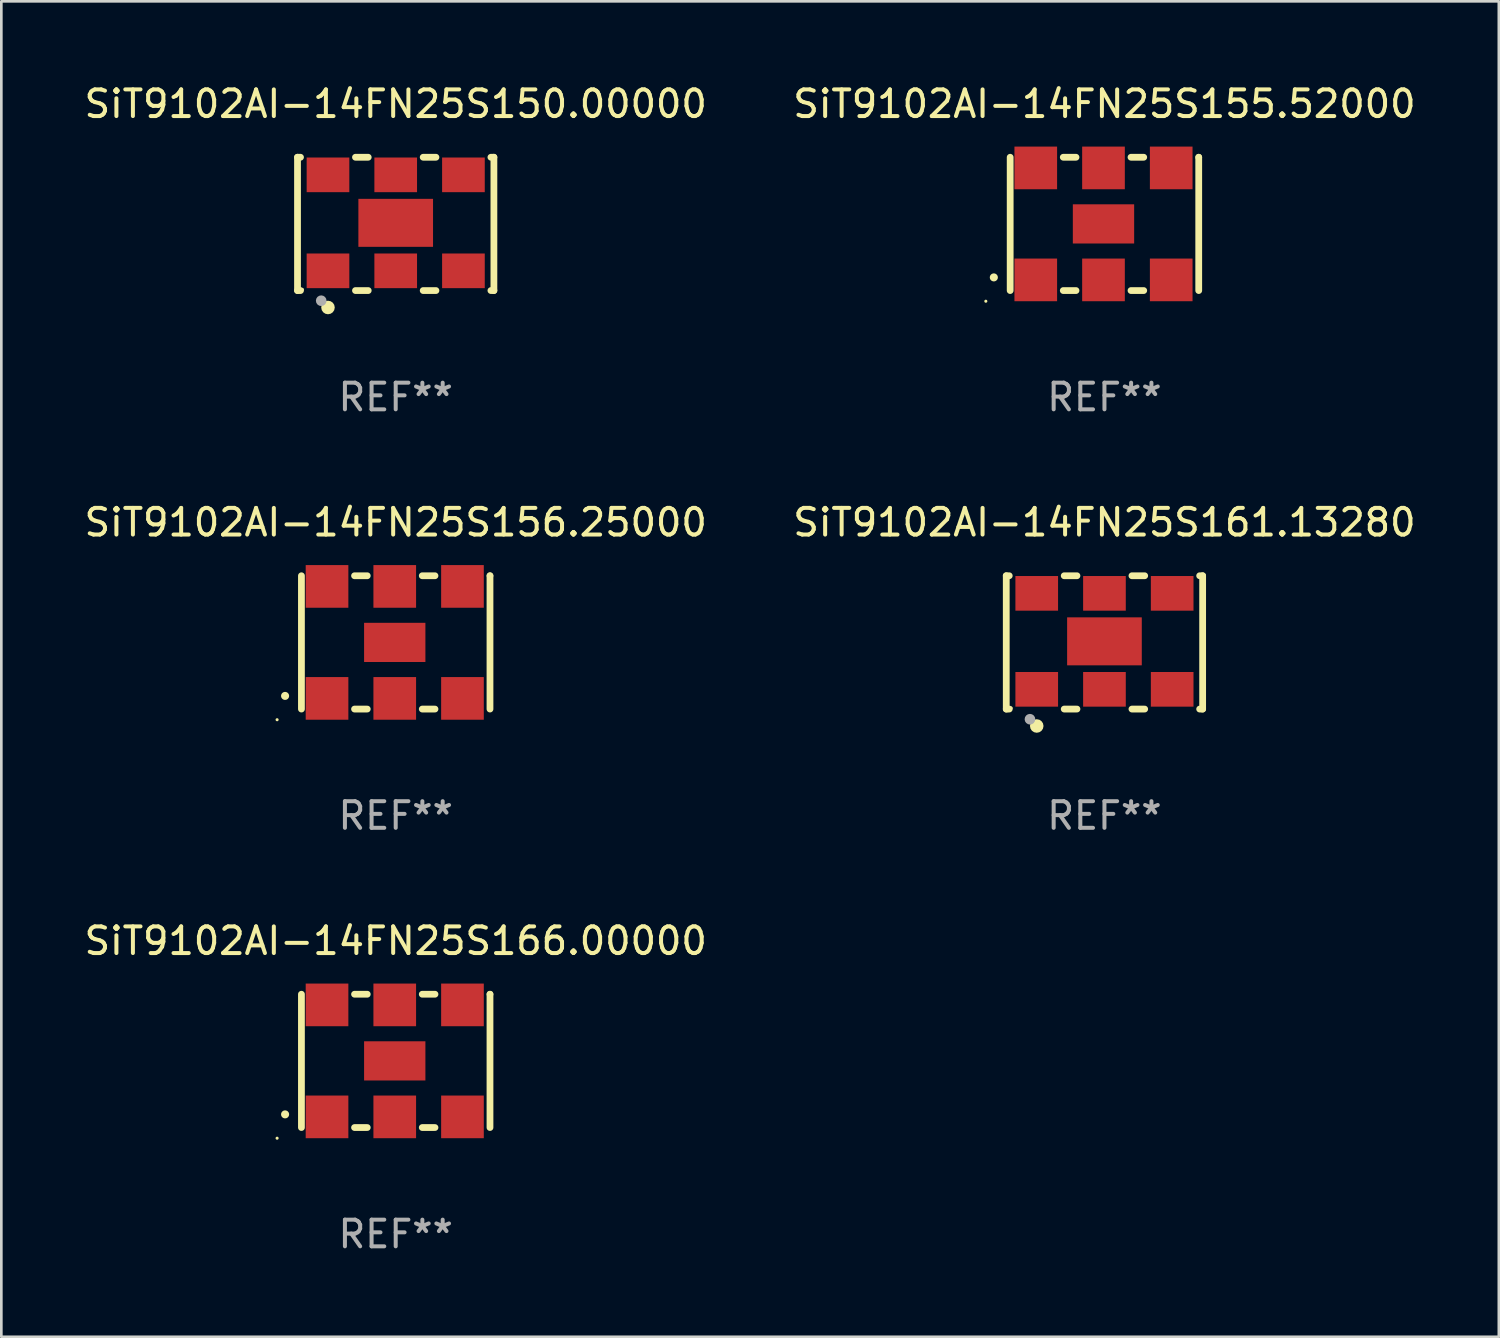
<source format=kicad_pcb>
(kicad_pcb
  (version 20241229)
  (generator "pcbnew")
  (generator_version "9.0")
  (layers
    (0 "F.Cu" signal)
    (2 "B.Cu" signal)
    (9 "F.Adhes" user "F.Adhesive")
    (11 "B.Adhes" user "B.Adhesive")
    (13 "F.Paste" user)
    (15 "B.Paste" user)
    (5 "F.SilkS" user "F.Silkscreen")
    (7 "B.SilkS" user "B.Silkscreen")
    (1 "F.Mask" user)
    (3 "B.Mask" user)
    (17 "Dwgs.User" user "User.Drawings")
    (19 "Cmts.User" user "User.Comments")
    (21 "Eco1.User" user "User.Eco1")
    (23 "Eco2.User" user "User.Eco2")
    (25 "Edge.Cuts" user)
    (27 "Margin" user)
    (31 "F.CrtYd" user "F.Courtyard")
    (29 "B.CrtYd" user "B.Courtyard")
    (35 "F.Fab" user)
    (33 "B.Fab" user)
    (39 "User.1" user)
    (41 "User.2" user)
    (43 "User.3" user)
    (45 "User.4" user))
  (footprint "SiT9102AI-14FN25S166.00000"
    (layer "F.Cu")
    (at 11.792 36.741)
    (property "Reference" "SiT9102AI-14FN25S166.00000" (at 0 -4.5 0) (layer "F.SilkS") (effects (font (size 1 1) (thickness 0.15))))
    (attr through_hole)
    (fp_line (start -3.536 -2.5) (end -3.536 2.5) (stroke (width 0.254) (type solid)) (layer "F.SilkS"))
    (fp_line (start -1.544 2.5) (end -1.067 2.5) (stroke (width 0.254) (type solid)) (layer "F.SilkS"))
    (fp_line (start -1.067 -2.5) (end -1.544 -2.5) (stroke (width 0.254) (type solid)) (layer "F.SilkS"))
    (fp_line (start 0.996 2.5) (end 1.473 2.5) (stroke (width 0.254) (type solid)) (layer "F.SilkS"))
    (fp_line (start 1.473 -2.5) (end 0.996 -2.5) (stroke (width 0.254) (type solid)) (layer "F.SilkS"))
    (fp_line (start 3.536 -2.5) (end 3.536 -2.5) (stroke (width 0.254) (type solid)) (layer "F.SilkS"))
    (fp_line (start 3.536 2.5) (end 3.536 -2.5) (stroke (width 0.254) (type solid)) (layer "F.SilkS"))
    (fp_arc (start -4.150432 2.006604) (mid -4.149162 2.006599) (end -4.147892 2.006604) (stroke (width 0.3) (type solid)) (layer "F.SilkS"))
    (fp_circle (center -4.449 2.9) (end -4.419 2.9) (stroke (width 0.06) (type solid)) (fill no) (layer "F.SilkS"))
    (fp_text user "REF**" (at 0 6.5 0) (layer "F.Fab") (effects (font (size 1 1) (thickness 0.15))))
    (pad "1" smd rect (at -2.576 2.1) (size 1.6 1.6) (layers "F.Cu" "F.Mask" "F.Paste"))
    (pad "2" smd rect (at -0.036 2.1) (size 1.6 1.6) (layers "F.Cu" "F.Mask" "F.Paste"))
    (pad "3" smd rect (at 2.504 2.1) (size 1.6 1.6) (layers "F.Cu" "F.Mask" "F.Paste"))
    (pad "4" smd rect (at 2.504 -2.1) (size 1.6 1.6) (layers "F.Cu" "F.Mask" "F.Paste"))
    (pad "5" smd rect (at -0.036 -2.1) (size 1.6 1.6) (layers "F.Cu" "F.Mask" "F.Paste"))
    (pad "6" smd rect (at -2.576 -2.1) (size 1.6 1.6) (layers "F.Cu" "F.Mask" "F.Paste"))
    (pad "7" smd rect (at -0.036 0) (size 2.3 1.47) (layers "F.Cu" "F.Mask" "F.Paste")))
  (footprint "SiT9102AI-14FN25S155.52000"
    (layer "F.Cu")
    (at 38.375 5.348)
    (property "Reference" "SiT9102AI-14FN25S155.52000" (at 0 -4.5 0) (layer "F.SilkS") (effects (font (size 1 1) (thickness 0.15))))
    (attr through_hole)
    (fp_line (start -3.536 -2.5) (end -3.536 2.5) (stroke (width 0.254) (type solid)) (layer "F.SilkS"))
    (fp_line (start -1.544 2.5) (end -1.067 2.5) (stroke (width 0.254) (type solid)) (layer "F.SilkS"))
    (fp_line (start -1.067 -2.5) (end -1.544 -2.5) (stroke (width 0.254) (type solid)) (layer "F.SilkS"))
    (fp_line (start 0.996 2.5) (end 1.473 2.5) (stroke (width 0.254) (type solid)) (layer "F.SilkS"))
    (fp_line (start 1.473 -2.5) (end 0.996 -2.5) (stroke (width 0.254) (type solid)) (layer "F.SilkS"))
    (fp_line (start 3.536 -2.5) (end 3.536 -2.5) (stroke (width 0.254) (type solid)) (layer "F.SilkS"))
    (fp_line (start 3.536 2.5) (end 3.536 -2.5) (stroke (width 0.254) (type solid)) (layer "F.SilkS"))
    (fp_arc (start -4.150432 2.006604) (mid -4.149162 2.006599) (end -4.147892 2.006604) (stroke (width 0.3) (type solid)) (layer "F.SilkS"))
    (fp_circle (center -4.449 2.9) (end -4.419 2.9) (stroke (width 0.06) (type solid)) (fill no) (layer "F.SilkS"))
    (fp_text user "REF**" (at 0 6.5 0) (layer "F.Fab") (effects (font (size 1 1) (thickness 0.15))))
    (pad "1" smd rect (at -2.576 2.1) (size 1.6 1.6) (layers "F.Cu" "F.Mask" "F.Paste"))
    (pad "2" smd rect (at -0.036 2.1) (size 1.6 1.6) (layers "F.Cu" "F.Mask" "F.Paste"))
    (pad "3" smd rect (at 2.504 2.1) (size 1.6 1.6) (layers "F.Cu" "F.Mask" "F.Paste"))
    (pad "4" smd rect (at 2.504 -2.1) (size 1.6 1.6) (layers "F.Cu" "F.Mask" "F.Paste"))
    (pad "5" smd rect (at -0.036 -2.1) (size 1.6 1.6) (layers "F.Cu" "F.Mask" "F.Paste"))
    (pad "6" smd rect (at -2.576 -2.1) (size 1.6 1.6) (layers "F.Cu" "F.Mask" "F.Paste"))
    (pad "7" smd rect (at -0.036 0) (size 2.3 1.47) (layers "F.Cu" "F.Mask" "F.Paste")))
  (footprint "SiT9102AI-14FN25S156.25000"
    (layer "F.Cu")
    (at 11.792 21.045)
    (property "Reference" "SiT9102AI-14FN25S156.25000" (at 0 -4.5 0) (layer "F.SilkS") (effects (font (size 1 1) (thickness 0.15))))
    (attr through_hole)
    (fp_line (start -3.536 -2.5) (end -3.536 2.5) (stroke (width 0.254) (type solid)) (layer "F.SilkS"))
    (fp_line (start -1.544 2.5) (end -1.067 2.5) (stroke (width 0.254) (type solid)) (layer "F.SilkS"))
    (fp_line (start -1.067 -2.5) (end -1.544 -2.5) (stroke (width 0.254) (type solid)) (layer "F.SilkS"))
    (fp_line (start 0.996 2.5) (end 1.473 2.5) (stroke (width 0.254) (type solid)) (layer "F.SilkS"))
    (fp_line (start 1.473 -2.5) (end 0.996 -2.5) (stroke (width 0.254) (type solid)) (layer "F.SilkS"))
    (fp_line (start 3.536 -2.5) (end 3.536 -2.5) (stroke (width 0.254) (type solid)) (layer "F.SilkS"))
    (fp_line (start 3.536 2.5) (end 3.536 -2.5) (stroke (width 0.254) (type solid)) (layer "F.SilkS"))
    (fp_arc (start -4.150432 2.006604) (mid -4.149162 2.006599) (end -4.147892 2.006604) (stroke (width 0.3) (type solid)) (layer "F.SilkS"))
    (fp_circle (center -4.449 2.9) (end -4.419 2.9) (stroke (width 0.06) (type solid)) (fill no) (layer "F.SilkS"))
    (fp_text user "REF**" (at 0 6.5 0) (layer "F.Fab") (effects (font (size 1 1) (thickness 0.15))))
    (pad "1" smd rect (at -2.576 2.1) (size 1.6 1.6) (layers "F.Cu" "F.Mask" "F.Paste"))
    (pad "2" smd rect (at -0.036 2.1) (size 1.6 1.6) (layers "F.Cu" "F.Mask" "F.Paste"))
    (pad "3" smd rect (at 2.504 2.1) (size 1.6 1.6) (layers "F.Cu" "F.Mask" "F.Paste"))
    (pad "4" smd rect (at 2.504 -2.1) (size 1.6 1.6) (layers "F.Cu" "F.Mask" "F.Paste"))
    (pad "5" smd rect (at -0.036 -2.1) (size 1.6 1.6) (layers "F.Cu" "F.Mask" "F.Paste"))
    (pad "6" smd rect (at -2.576 -2.1) (size 1.6 1.6) (layers "F.Cu" "F.Mask" "F.Paste"))
    (pad "7" smd rect (at -0.036 0) (size 2.3 1.47) (layers "F.Cu" "F.Mask" "F.Paste")))
  (footprint "SiT9102AI-14FN25S161.13280"
    (layer "F.Cu")
    (at 38.375 21.045)
    (property "Reference" "SiT9102AI-14FN25S161.13280" (at 0 -4.5 0) (layer "F.SilkS") (effects (font (size 1 1) (thickness 0.15))))
    (attr through_hole)
    (fp_line (start -3.683 -2.5) (end -3.571 -2.5) (stroke (width 0.254) (type solid)) (layer "F.SilkS"))
    (fp_line (start -3.683 2.5) (end -3.683 -2.5) (stroke (width 0.254) (type solid)) (layer "F.SilkS"))
    (fp_line (start -3.683 2.5) (end -3.571 2.5) (stroke (width 0.254) (type solid)) (layer "F.SilkS"))
    (fp_line (start -1.509 -2.5) (end -1.031 -2.5) (stroke (width 0.254) (type solid)) (layer "F.SilkS"))
    (fp_line (start -1.509 2.5) (end -1.031 2.5) (stroke (width 0.254) (type solid)) (layer "F.SilkS"))
    (fp_line (start 1.031 -2.5) (end 1.509 -2.5) (stroke (width 0.254) (type solid)) (layer "F.SilkS"))
    (fp_line (start 1.031 2.5) (end 1.509 2.5) (stroke (width 0.254) (type solid)) (layer "F.SilkS"))
    (fp_line (start 3.571 -2.5) (end 3.683 -2.5) (stroke (width 0.254) (type solid)) (layer "F.SilkS"))
    (fp_line (start 3.571 2.5) (end 3.683 2.5) (stroke (width 0.254) (type solid)) (layer "F.SilkS"))
    (fp_line (start 3.683 2.5) (end 3.683 -2.5) (stroke (width 0.254) (type solid)) (layer "F.SilkS"))
    (fp_circle (center -3.5 2.46) (end -3.47 2.46) (stroke (width 0.06) (type solid)) (fill no) (layer "F.SilkS"))
    (fp_circle (center -2.54 3.135) (end -2.413 3.135) (stroke (width 0.254) (type solid)) (fill no) (layer "F.SilkS"))
    (fp_circle (center -2.794 2.881) (end -2.694 2.881) (stroke (width 0.2) (type solid)) (fill no) (layer "F.Fab"))
    (fp_text user "REF**" (at 0 6.5 0) (layer "F.Fab") (effects (font (size 1 1) (thickness 0.15))))
    (pad "1" smd rect (at -2.54 1.76) (size 1.6 1.3) (layers "F.Cu" "F.Mask" "F.Paste"))
    (pad "2" smd rect (at 0 1.76) (size 1.6 1.3) (layers "F.Cu" "F.Mask" "F.Paste"))
    (pad "3" smd rect (at 2.54 1.76) (size 1.6 1.3) (layers "F.Cu" "F.Mask" "F.Paste"))
    (pad "4" smd rect (at 2.54 -1.84) (size 1.6 1.3) (layers "F.Cu" "F.Mask" "F.Paste"))
    (pad "5" smd rect (at 0 -1.84) (size 1.6 1.3) (layers "F.Cu" "F.Mask" "F.Paste"))
    (pad "6" smd rect (at -2.54 -1.84) (size 1.6 1.3) (layers "F.Cu" "F.Mask" "F.Paste"))
    (pad "7" smd rect (at 0 -0.04) (size 2.8 1.8) (layers "F.Cu" "F.Mask" "F.Paste")))
  (footprint "SiT9102AI-14FN25S150.00000"
    (layer "F.Cu")
    (at 11.792 5.348)
    (property "Reference" "SiT9102AI-14FN25S150.00000" (at 0 -4.5 0) (layer "F.SilkS") (effects (font (size 1 1) (thickness 0.15))))
    (attr through_hole)
    (fp_line (start -3.683 -2.5) (end -3.571 -2.5) (stroke (width 0.254) (type solid)) (layer "F.SilkS"))
    (fp_line (start -3.683 2.5) (end -3.683 -2.5) (stroke (width 0.254) (type solid)) (layer "F.SilkS"))
    (fp_line (start -3.683 2.5) (end -3.571 2.5) (stroke (width 0.254) (type solid)) (layer "F.SilkS"))
    (fp_line (start -1.509 -2.5) (end -1.031 -2.5) (stroke (width 0.254) (type solid)) (layer "F.SilkS"))
    (fp_line (start -1.509 2.5) (end -1.031 2.5) (stroke (width 0.254) (type solid)) (layer "F.SilkS"))
    (fp_line (start 1.031 -2.5) (end 1.509 -2.5) (stroke (width 0.254) (type solid)) (layer "F.SilkS"))
    (fp_line (start 1.031 2.5) (end 1.509 2.5) (stroke (width 0.254) (type solid)) (layer "F.SilkS"))
    (fp_line (start 3.571 -2.5) (end 3.683 -2.5) (stroke (width 0.254) (type solid)) (layer "F.SilkS"))
    (fp_line (start 3.571 2.5) (end 3.683 2.5) (stroke (width 0.254) (type solid)) (layer "F.SilkS"))
    (fp_line (start 3.683 2.5) (end 3.683 -2.5) (stroke (width 0.254) (type solid)) (layer "F.SilkS"))
    (fp_circle (center -3.5 2.46) (end -3.47 2.46) (stroke (width 0.06) (type solid)) (fill no) (layer "F.SilkS"))
    (fp_circle (center -2.54 3.135) (end -2.413 3.135) (stroke (width 0.254) (type solid)) (fill no) (layer "F.SilkS"))
    (fp_circle (center -2.794 2.881) (end -2.694 2.881) (stroke (width 0.2) (type solid)) (fill no) (layer "F.Fab"))
    (fp_text user "REF**" (at 0 6.5 0) (layer "F.Fab") (effects (font (size 1 1) (thickness 0.15))))
    (pad "1" smd rect (at -2.54 1.76) (size 1.6 1.3) (layers "F.Cu" "F.Mask" "F.Paste"))
    (pad "2" smd rect (at 0 1.76) (size 1.6 1.3) (layers "F.Cu" "F.Mask" "F.Paste"))
    (pad "3" smd rect (at 2.54 1.76) (size 1.6 1.3) (layers "F.Cu" "F.Mask" "F.Paste"))
    (pad "4" smd rect (at 2.54 -1.84) (size 1.6 1.3) (layers "F.Cu" "F.Mask" "F.Paste"))
    (pad "5" smd rect (at 0 -1.84) (size 1.6 1.3) (layers "F.Cu" "F.Mask" "F.Paste"))
    (pad "6" smd rect (at -2.54 -1.84) (size 1.6 1.3) (layers "F.Cu" "F.Mask" "F.Paste"))
    (pad "7" smd rect (at 0 -0.04) (size 2.8 1.8) (layers "F.Cu" "F.Mask" "F.Paste")))
  (gr_rect
    (start -3 -3)
    (end 53.167 47.09)
    (stroke (width 0.1) (type default))
    (fill no)
    (layer "Edge.Cuts")))
</source>
